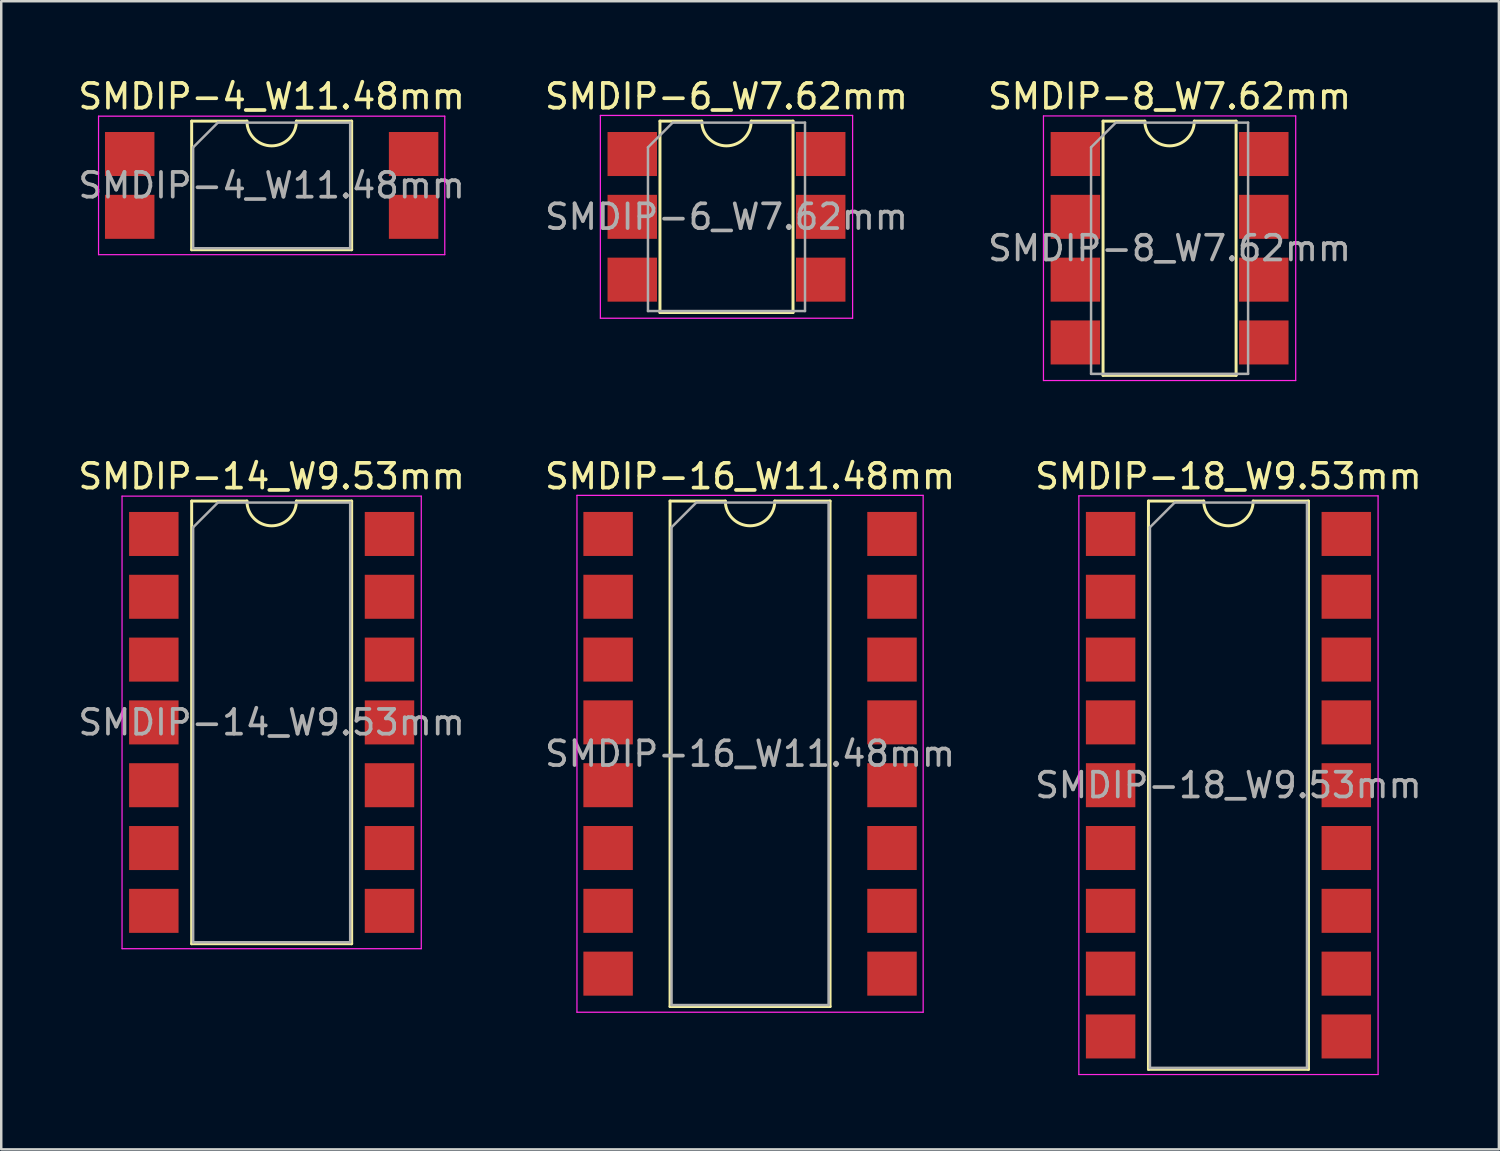
<source format=kicad_pcb>
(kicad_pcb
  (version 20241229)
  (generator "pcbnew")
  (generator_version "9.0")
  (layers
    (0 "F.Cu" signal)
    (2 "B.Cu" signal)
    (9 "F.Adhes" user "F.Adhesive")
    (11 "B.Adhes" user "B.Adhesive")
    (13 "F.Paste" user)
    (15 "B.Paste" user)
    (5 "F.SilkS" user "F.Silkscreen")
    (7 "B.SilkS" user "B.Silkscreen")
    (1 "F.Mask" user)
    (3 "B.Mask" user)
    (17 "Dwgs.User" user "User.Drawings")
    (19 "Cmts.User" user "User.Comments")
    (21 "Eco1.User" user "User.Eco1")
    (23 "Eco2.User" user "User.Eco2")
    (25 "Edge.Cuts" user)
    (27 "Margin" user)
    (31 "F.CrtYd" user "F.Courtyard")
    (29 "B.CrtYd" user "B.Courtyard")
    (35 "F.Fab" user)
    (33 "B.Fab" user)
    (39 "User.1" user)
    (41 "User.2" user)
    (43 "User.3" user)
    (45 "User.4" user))
  (footprint "SMDIP-16_W11.48mm"
    (layer "F.Cu")
    (at 27.28 27.431)
    (property "Reference" "SMDIP-16_W11.48mm" (at 0 -11.22 0) (layer "F.SilkS") (effects (font (size 1 1) (thickness 0.15))))
    (attr smd)
    (fp_line (start -3.235 -10.22) (end -3.235 10.22) (stroke (width 0.12) (type solid)) (layer "F.SilkS"))
    (fp_line (start -3.235 10.22) (end 3.235 10.22) (stroke (width 0.12) (type solid)) (layer "F.SilkS"))
    (fp_line (start -1 -10.22) (end -3.235 -10.22) (stroke (width 0.12) (type solid)) (layer "F.SilkS"))
    (fp_line (start 3.235 -10.22) (end 1 -10.22) (stroke (width 0.12) (type solid)) (layer "F.SilkS"))
    (fp_line (start 3.235 10.22) (end 3.235 -10.22) (stroke (width 0.12) (type solid)) (layer "F.SilkS"))
    (fp_arc (start 1 -10.22) (mid 0 -9.22) (end -1 -10.22) (stroke (width 0.12) (type solid)) (layer "F.SilkS"))
    (fp_line (start -7 -10.45) (end -7 10.45) (stroke (width 0.05) (type solid)) (layer "F.CrtYd"))
    (fp_line (start -7 10.45) (end 7 10.45) (stroke (width 0.05) (type solid)) (layer "F.CrtYd"))
    (fp_line (start 7 -10.45) (end -7 -10.45) (stroke (width 0.05) (type solid)) (layer "F.CrtYd"))
    (fp_line (start 7 10.45) (end 7 -10.45) (stroke (width 0.05) (type solid)) (layer "F.CrtYd"))
    (fp_line (start -3.175 -9.16) (end -2.175 -10.16) (stroke (width 0.1) (type solid)) (layer "F.Fab"))
    (fp_line (start -3.175 10.16) (end -3.175 -9.16) (stroke (width 0.1) (type solid)) (layer "F.Fab"))
    (fp_line (start -2.175 -10.16) (end 3.175 -10.16) (stroke (width 0.1) (type solid)) (layer "F.Fab"))
    (fp_line (start 3.175 -10.16) (end 3.175 10.16) (stroke (width 0.1) (type solid)) (layer "F.Fab"))
    (fp_line (start 3.175 10.16) (end -3.175 10.16) (stroke (width 0.1) (type solid)) (layer "F.Fab"))
    (fp_text user "${REFERENCE}" (at 0 0 0) (layer "F.Fab") (effects (font (size 1 1) (thickness 0.15))))
    (pad "1" smd rect (at -5.74 -8.89) (size 2 1.78) (layers "F.Cu" "F.Mask" "F.Paste"))
    (pad "2" smd rect (at -5.74 -6.35) (size 2 1.78) (layers "F.Cu" "F.Mask" "F.Paste"))
    (pad "3" smd rect (at -5.74 -3.81) (size 2 1.78) (layers "F.Cu" "F.Mask" "F.Paste"))
    (pad "4" smd rect (at -5.74 -1.27) (size 2 1.78) (layers "F.Cu" "F.Mask" "F.Paste"))
    (pad "5" smd rect (at -5.74 1.27) (size 2 1.78) (layers "F.Cu" "F.Mask" "F.Paste"))
    (pad "6" smd rect (at -5.74 3.81) (size 2 1.78) (layers "F.Cu" "F.Mask" "F.Paste"))
    (pad "7" smd rect (at -5.74 6.35) (size 2 1.78) (layers "F.Cu" "F.Mask" "F.Paste"))
    (pad "8" smd rect (at -5.74 8.89) (size 2 1.78) (layers "F.Cu" "F.Mask" "F.Paste"))
    (pad "9" smd rect (at 5.74 8.89) (size 2 1.78) (layers "F.Cu" "F.Mask" "F.Paste"))
    (pad "10" smd rect (at 5.74 6.35) (size 2 1.78) (layers "F.Cu" "F.Mask" "F.Paste"))
    (pad "11" smd rect (at 5.74 3.81) (size 2 1.78) (layers "F.Cu" "F.Mask" "F.Paste"))
    (pad "12" smd rect (at 5.74 1.27) (size 2 1.78) (layers "F.Cu" "F.Mask" "F.Paste"))
    (pad "13" smd rect (at 5.74 -1.27) (size 2 1.78) (layers "F.Cu" "F.Mask" "F.Paste"))
    (pad "14" smd rect (at 5.74 -3.81) (size 2 1.78) (layers "F.Cu" "F.Mask" "F.Paste"))
    (pad "15" smd rect (at 5.74 -6.35) (size 2 1.78) (layers "F.Cu" "F.Mask" "F.Paste"))
    (pad "16" smd rect (at 5.74 -8.89) (size 2 1.78) (layers "F.Cu" "F.Mask" "F.Paste")))
  (footprint "SMDIP-6_W7.62mm"
    (layer "F.Cu")
    (at 26.327 5.718)
    (property "Reference" "SMDIP-6_W7.62mm" (at 0 -4.87 0) (layer "F.SilkS") (effects (font (size 1 1) (thickness 0.15))))
    (attr smd)
    (fp_line (start -2.69 -3.87) (end -2.69 3.87) (stroke (width 0.12) (type solid)) (layer "F.SilkS"))
    (fp_line (start -2.69 3.87) (end 2.69 3.87) (stroke (width 0.12) (type solid)) (layer "F.SilkS"))
    (fp_line (start -1 -3.87) (end -2.69 -3.87) (stroke (width 0.12) (type solid)) (layer "F.SilkS"))
    (fp_line (start 2.69 -3.87) (end 1 -3.87) (stroke (width 0.12) (type solid)) (layer "F.SilkS"))
    (fp_line (start 2.69 3.87) (end 2.69 -3.87) (stroke (width 0.12) (type solid)) (layer "F.SilkS"))
    (fp_arc (start 1 -3.87) (mid 0 -2.87) (end -1 -3.87) (stroke (width 0.12) (type solid)) (layer "F.SilkS"))
    (fp_line (start -5.1 -4.1) (end -5.1 4.1) (stroke (width 0.05) (type solid)) (layer "F.CrtYd"))
    (fp_line (start -5.1 4.1) (end 5.1 4.1) (stroke (width 0.05) (type solid)) (layer "F.CrtYd"))
    (fp_line (start 5.1 -4.1) (end -5.1 -4.1) (stroke (width 0.05) (type solid)) (layer "F.CrtYd"))
    (fp_line (start 5.1 4.1) (end 5.1 -4.1) (stroke (width 0.05) (type solid)) (layer "F.CrtYd"))
    (fp_line (start -3.175 -2.81) (end -2.175 -3.81) (stroke (width 0.1) (type solid)) (layer "F.Fab"))
    (fp_line (start -3.175 3.81) (end -3.175 -2.81) (stroke (width 0.1) (type solid)) (layer "F.Fab"))
    (fp_line (start -2.175 -3.81) (end 3.175 -3.81) (stroke (width 0.1) (type solid)) (layer "F.Fab"))
    (fp_line (start 3.175 -3.81) (end 3.175 3.81) (stroke (width 0.1) (type solid)) (layer "F.Fab"))
    (fp_line (start 3.175 3.81) (end -3.175 3.81) (stroke (width 0.1) (type solid)) (layer "F.Fab"))
    (fp_text user "${REFERENCE}" (at 0 0 0) (layer "F.Fab") (effects (font (size 1 1) (thickness 0.15))))
    (pad "1" smd rect (at -3.81 -2.54) (size 2 1.78) (layers "F.Cu" "F.Mask" "F.Paste"))
    (pad "2" smd rect (at -3.81 0) (size 2 1.78) (layers "F.Cu" "F.Mask" "F.Paste"))
    (pad "3" smd rect (at -3.81 2.54) (size 2 1.78) (layers "F.Cu" "F.Mask" "F.Paste"))
    (pad "4" smd rect (at 3.81 2.54) (size 2 1.78) (layers "F.Cu" "F.Mask" "F.Paste"))
    (pad "5" smd rect (at 3.81 0) (size 2 1.78) (layers "F.Cu" "F.Mask" "F.Paste"))
    (pad "6" smd rect (at 3.81 -2.54) (size 2 1.78) (layers "F.Cu" "F.Mask" "F.Paste")))
  (footprint "SMDIP-4_W11.48mm"
    (layer "F.Cu")
    (at 7.935 4.448)
    (property "Reference" "SMDIP-4_W11.48mm" (at 0 -3.6 0) (layer "F.SilkS") (effects (font (size 1 1) (thickness 0.15))))
    (attr smd)
    (fp_line (start -3.235 -2.6) (end -3.235 2.6) (stroke (width 0.12) (type solid)) (layer "F.SilkS"))
    (fp_line (start -3.235 2.6) (end 3.235 2.6) (stroke (width 0.12) (type solid)) (layer "F.SilkS"))
    (fp_line (start -1 -2.6) (end -3.235 -2.6) (stroke (width 0.12) (type solid)) (layer "F.SilkS"))
    (fp_line (start 3.235 -2.6) (end 1 -2.6) (stroke (width 0.12) (type solid)) (layer "F.SilkS"))
    (fp_line (start 3.235 2.6) (end 3.235 -2.6) (stroke (width 0.12) (type solid)) (layer "F.SilkS"))
    (fp_arc (start 1 -2.6) (mid 0 -1.6) (end -1 -2.6) (stroke (width 0.12) (type solid)) (layer "F.SilkS"))
    (fp_line (start -7 -2.8) (end -7 2.8) (stroke (width 0.05) (type solid)) (layer "F.CrtYd"))
    (fp_line (start -7 2.8) (end 7 2.8) (stroke (width 0.05) (type solid)) (layer "F.CrtYd"))
    (fp_line (start 7 -2.8) (end -7 -2.8) (stroke (width 0.05) (type solid)) (layer "F.CrtYd"))
    (fp_line (start 7 2.8) (end 7 -2.8) (stroke (width 0.05) (type solid)) (layer "F.CrtYd"))
    (fp_line (start -3.175 -1.54) (end -2.175 -2.54) (stroke (width 0.1) (type solid)) (layer "F.Fab"))
    (fp_line (start -3.175 2.54) (end -3.175 -1.54) (stroke (width 0.1) (type solid)) (layer "F.Fab"))
    (fp_line (start -2.175 -2.54) (end 3.175 -2.54) (stroke (width 0.1) (type solid)) (layer "F.Fab"))
    (fp_line (start 3.175 -2.54) (end 3.175 2.54) (stroke (width 0.1) (type solid)) (layer "F.Fab"))
    (fp_line (start 3.175 2.54) (end -3.175 2.54) (stroke (width 0.1) (type solid)) (layer "F.Fab"))
    (fp_text user "${REFERENCE}" (at 0 0 0) (layer "F.Fab") (effects (font (size 1 1) (thickness 0.15))))
    (pad "1" smd rect (at -5.74 -1.27) (size 2 1.78) (layers "F.Cu" "F.Mask" "F.Paste"))
    (pad "2" smd rect (at -5.74 1.27) (size 2 1.78) (layers "F.Cu" "F.Mask" "F.Paste"))
    (pad "3" smd rect (at 5.74 1.27) (size 2 1.78) (layers "F.Cu" "F.Mask" "F.Paste"))
    (pad "4" smd rect (at 5.74 -1.27) (size 2 1.78) (layers "F.Cu" "F.Mask" "F.Paste")))
  (footprint "SMDIP-18_W9.53mm"
    (layer "F.Cu")
    (at 46.625 28.701)
    (property "Reference" "SMDIP-18_W9.53mm" (at 0 -12.49 0) (layer "F.SilkS") (effects (font (size 1 1) (thickness 0.15))))
    (attr smd)
    (fp_line (start -3.235 -11.49) (end -3.235 11.49) (stroke (width 0.12) (type solid)) (layer "F.SilkS"))
    (fp_line (start -3.235 11.49) (end 3.235 11.49) (stroke (width 0.12) (type solid)) (layer "F.SilkS"))
    (fp_line (start -1 -11.49) (end -3.235 -11.49) (stroke (width 0.12) (type solid)) (layer "F.SilkS"))
    (fp_line (start 3.235 -11.49) (end 1 -11.49) (stroke (width 0.12) (type solid)) (layer "F.SilkS"))
    (fp_line (start 3.235 11.49) (end 3.235 -11.49) (stroke (width 0.12) (type solid)) (layer "F.SilkS"))
    (fp_arc (start 1 -11.49) (mid 0 -10.49) (end -1 -11.49) (stroke (width 0.12) (type solid)) (layer "F.SilkS"))
    (fp_line (start -6.05 -11.7) (end -6.05 11.7) (stroke (width 0.05) (type solid)) (layer "F.CrtYd"))
    (fp_line (start -6.05 11.7) (end 6.05 11.7) (stroke (width 0.05) (type solid)) (layer "F.CrtYd"))
    (fp_line (start 6.05 -11.7) (end -6.05 -11.7) (stroke (width 0.05) (type solid)) (layer "F.CrtYd"))
    (fp_line (start 6.05 11.7) (end 6.05 -11.7) (stroke (width 0.05) (type solid)) (layer "F.CrtYd"))
    (fp_line (start -3.175 -10.43) (end -2.175 -11.43) (stroke (width 0.1) (type solid)) (layer "F.Fab"))
    (fp_line (start -3.175 11.43) (end -3.175 -10.43) (stroke (width 0.1) (type solid)) (layer "F.Fab"))
    (fp_line (start -2.175 -11.43) (end 3.175 -11.43) (stroke (width 0.1) (type solid)) (layer "F.Fab"))
    (fp_line (start 3.175 -11.43) (end 3.175 11.43) (stroke (width 0.1) (type solid)) (layer "F.Fab"))
    (fp_line (start 3.175 11.43) (end -3.175 11.43) (stroke (width 0.1) (type solid)) (layer "F.Fab"))
    (fp_text user "${REFERENCE}" (at 0 0 0) (layer "F.Fab") (effects (font (size 1 1) (thickness 0.15))))
    (pad "1" smd rect (at -4.765 -10.16) (size 2 1.78) (layers "F.Cu" "F.Mask" "F.Paste"))
    (pad "2" smd rect (at -4.765 -7.62) (size 2 1.78) (layers "F.Cu" "F.Mask" "F.Paste"))
    (pad "3" smd rect (at -4.765 -5.08) (size 2 1.78) (layers "F.Cu" "F.Mask" "F.Paste"))
    (pad "4" smd rect (at -4.765 -2.54) (size 2 1.78) (layers "F.Cu" "F.Mask" "F.Paste"))
    (pad "5" smd rect (at -4.765 0) (size 2 1.78) (layers "F.Cu" "F.Mask" "F.Paste"))
    (pad "6" smd rect (at -4.765 2.54) (size 2 1.78) (layers "F.Cu" "F.Mask" "F.Paste"))
    (pad "7" smd rect (at -4.765 5.08) (size 2 1.78) (layers "F.Cu" "F.Mask" "F.Paste"))
    (pad "8" smd rect (at -4.765 7.62) (size 2 1.78) (layers "F.Cu" "F.Mask" "F.Paste"))
    (pad "9" smd rect (at -4.765 10.16) (size 2 1.78) (layers "F.Cu" "F.Mask" "F.Paste"))
    (pad "10" smd rect (at 4.765 10.16) (size 2 1.78) (layers "F.Cu" "F.Mask" "F.Paste"))
    (pad "11" smd rect (at 4.765 7.62) (size 2 1.78) (layers "F.Cu" "F.Mask" "F.Paste"))
    (pad "12" smd rect (at 4.765 5.08) (size 2 1.78) (layers "F.Cu" "F.Mask" "F.Paste"))
    (pad "13" smd rect (at 4.765 2.54) (size 2 1.78) (layers "F.Cu" "F.Mask" "F.Paste"))
    (pad "14" smd rect (at 4.765 0) (size 2 1.78) (layers "F.Cu" "F.Mask" "F.Paste"))
    (pad "15" smd rect (at 4.765 -2.54) (size 2 1.78) (layers "F.Cu" "F.Mask" "F.Paste"))
    (pad "16" smd rect (at 4.765 -5.08) (size 2 1.78) (layers "F.Cu" "F.Mask" "F.Paste"))
    (pad "17" smd rect (at 4.765 -7.62) (size 2 1.78) (layers "F.Cu" "F.Mask" "F.Paste"))
    (pad "18" smd rect (at 4.765 -10.16) (size 2 1.78) (layers "F.Cu" "F.Mask" "F.Paste")))
  (footprint "SMDIP-8_W7.62mm"
    (layer "F.Cu")
    (at 44.244 6.988)
    (property "Reference" "SMDIP-8_W7.62mm" (at 0 -6.14 0) (layer "F.SilkS") (effects (font (size 1 1) (thickness 0.15))))
    (attr smd)
    (fp_line (start -2.69 -5.14) (end -2.69 5.14) (stroke (width 0.12) (type solid)) (layer "F.SilkS"))
    (fp_line (start -2.69 5.14) (end 2.69 5.14) (stroke (width 0.12) (type solid)) (layer "F.SilkS"))
    (fp_line (start -1 -5.14) (end -2.69 -5.14) (stroke (width 0.12) (type solid)) (layer "F.SilkS"))
    (fp_line (start 2.69 -5.14) (end 1 -5.14) (stroke (width 0.12) (type solid)) (layer "F.SilkS"))
    (fp_line (start 2.69 5.14) (end 2.69 -5.14) (stroke (width 0.12) (type solid)) (layer "F.SilkS"))
    (fp_arc (start 1 -5.14) (mid 0 -4.14) (end -1 -5.14) (stroke (width 0.12) (type solid)) (layer "F.SilkS"))
    (fp_line (start -5.1 -5.35) (end -5.1 5.35) (stroke (width 0.05) (type solid)) (layer "F.CrtYd"))
    (fp_line (start -5.1 5.35) (end 5.1 5.35) (stroke (width 0.05) (type solid)) (layer "F.CrtYd"))
    (fp_line (start 5.1 -5.35) (end -5.1 -5.35) (stroke (width 0.05) (type solid)) (layer "F.CrtYd"))
    (fp_line (start 5.1 5.35) (end 5.1 -5.35) (stroke (width 0.05) (type solid)) (layer "F.CrtYd"))
    (fp_line (start -3.175 -4.08) (end -2.175 -5.08) (stroke (width 0.1) (type solid)) (layer "F.Fab"))
    (fp_line (start -3.175 5.08) (end -3.175 -4.08) (stroke (width 0.1) (type solid)) (layer "F.Fab"))
    (fp_line (start -2.175 -5.08) (end 3.175 -5.08) (stroke (width 0.1) (type solid)) (layer "F.Fab"))
    (fp_line (start 3.175 -5.08) (end 3.175 5.08) (stroke (width 0.1) (type solid)) (layer "F.Fab"))
    (fp_line (start 3.175 5.08) (end -3.175 5.08) (stroke (width 0.1) (type solid)) (layer "F.Fab"))
    (fp_text user "${REFERENCE}" (at 0 0 0) (layer "F.Fab") (effects (font (size 1 1) (thickness 0.15))))
    (pad "1" smd rect (at -3.81 -3.81) (size 2 1.78) (layers "F.Cu" "F.Mask" "F.Paste"))
    (pad "2" smd rect (at -3.81 -1.27) (size 2 1.78) (layers "F.Cu" "F.Mask" "F.Paste"))
    (pad "3" smd rect (at -3.81 1.27) (size 2 1.78) (layers "F.Cu" "F.Mask" "F.Paste"))
    (pad "4" smd rect (at -3.81 3.81) (size 2 1.78) (layers "F.Cu" "F.Mask" "F.Paste"))
    (pad "5" smd rect (at 3.81 3.81) (size 2 1.78) (layers "F.Cu" "F.Mask" "F.Paste"))
    (pad "6" smd rect (at 3.81 1.27) (size 2 1.78) (layers "F.Cu" "F.Mask" "F.Paste"))
    (pad "7" smd rect (at 3.81 -1.27) (size 2 1.78) (layers "F.Cu" "F.Mask" "F.Paste"))
    (pad "8" smd rect (at 3.81 -3.81) (size 2 1.78) (layers "F.Cu" "F.Mask" "F.Paste")))
  (footprint "SMDIP-14_W9.53mm"
    (layer "F.Cu")
    (at 7.935 26.162)
    (property "Reference" "SMDIP-14_W9.53mm" (at 0 -9.95 0) (layer "F.SilkS") (effects (font (size 1 1) (thickness 0.15))))
    (attr smd)
    (fp_line (start -3.235 -8.95) (end -3.235 8.95) (stroke (width 0.12) (type solid)) (layer "F.SilkS"))
    (fp_line (start -3.235 8.95) (end 3.235 8.95) (stroke (width 0.12) (type solid)) (layer "F.SilkS"))
    (fp_line (start -1 -8.95) (end -3.235 -8.95) (stroke (width 0.12) (type solid)) (layer "F.SilkS"))
    (fp_line (start 3.235 -8.95) (end 1 -8.95) (stroke (width 0.12) (type solid)) (layer "F.SilkS"))
    (fp_line (start 3.235 8.95) (end 3.235 -8.95) (stroke (width 0.12) (type solid)) (layer "F.SilkS"))
    (fp_arc (start 1 -8.95) (mid 0 -7.95) (end -1 -8.95) (stroke (width 0.12) (type solid)) (layer "F.SilkS"))
    (fp_line (start -6.05 -9.15) (end -6.05 9.15) (stroke (width 0.05) (type solid)) (layer "F.CrtYd"))
    (fp_line (start -6.05 9.15) (end 6.05 9.15) (stroke (width 0.05) (type solid)) (layer "F.CrtYd"))
    (fp_line (start 6.05 -9.15) (end -6.05 -9.15) (stroke (width 0.05) (type solid)) (layer "F.CrtYd"))
    (fp_line (start 6.05 9.15) (end 6.05 -9.15) (stroke (width 0.05) (type solid)) (layer "F.CrtYd"))
    (fp_line (start -3.175 -7.89) (end -2.175 -8.89) (stroke (width 0.1) (type solid)) (layer "F.Fab"))
    (fp_line (start -3.175 8.89) (end -3.175 -7.89) (stroke (width 0.1) (type solid)) (layer "F.Fab"))
    (fp_line (start -2.175 -8.89) (end 3.175 -8.89) (stroke (width 0.1) (type solid)) (layer "F.Fab"))
    (fp_line (start 3.175 -8.89) (end 3.175 8.89) (stroke (width 0.1) (type solid)) (layer "F.Fab"))
    (fp_line (start 3.175 8.89) (end -3.175 8.89) (stroke (width 0.1) (type solid)) (layer "F.Fab"))
    (fp_text user "${REFERENCE}" (at 0 0 0) (layer "F.Fab") (effects (font (size 1 1) (thickness 0.15))))
    (pad "1" smd rect (at -4.765 -7.62) (size 2 1.78) (layers "F.Cu" "F.Mask" "F.Paste"))
    (pad "2" smd rect (at -4.765 -5.08) (size 2 1.78) (layers "F.Cu" "F.Mask" "F.Paste"))
    (pad "3" smd rect (at -4.765 -2.54) (size 2 1.78) (layers "F.Cu" "F.Mask" "F.Paste"))
    (pad "4" smd rect (at -4.765 0) (size 2 1.78) (layers "F.Cu" "F.Mask" "F.Paste"))
    (pad "5" smd rect (at -4.765 2.54) (size 2 1.78) (layers "F.Cu" "F.Mask" "F.Paste"))
    (pad "6" smd rect (at -4.765 5.08) (size 2 1.78) (layers "F.Cu" "F.Mask" "F.Paste"))
    (pad "7" smd rect (at -4.765 7.62) (size 2 1.78) (layers "F.Cu" "F.Mask" "F.Paste"))
    (pad "8" smd rect (at 4.765 7.62) (size 2 1.78) (layers "F.Cu" "F.Mask" "F.Paste"))
    (pad "9" smd rect (at 4.765 5.08) (size 2 1.78) (layers "F.Cu" "F.Mask" "F.Paste"))
    (pad "10" smd rect (at 4.765 2.54) (size 2 1.78) (layers "F.Cu" "F.Mask" "F.Paste"))
    (pad "11" smd rect (at 4.765 0) (size 2 1.78) (layers "F.Cu" "F.Mask" "F.Paste"))
    (pad "12" smd rect (at 4.765 -2.54) (size 2 1.78) (layers "F.Cu" "F.Mask" "F.Paste"))
    (pad "13" smd rect (at 4.765 -5.08) (size 2 1.78) (layers "F.Cu" "F.Mask" "F.Paste"))
    (pad "14" smd rect (at 4.765 -7.62) (size 2 1.78) (layers "F.Cu" "F.Mask" "F.Paste")))
  (gr_rect
    (start -3 -3)
    (end 57.56 43.426)
    (stroke (width 0.1) (type default))
    (fill no)
    (layer "Edge.Cuts")))
</source>
